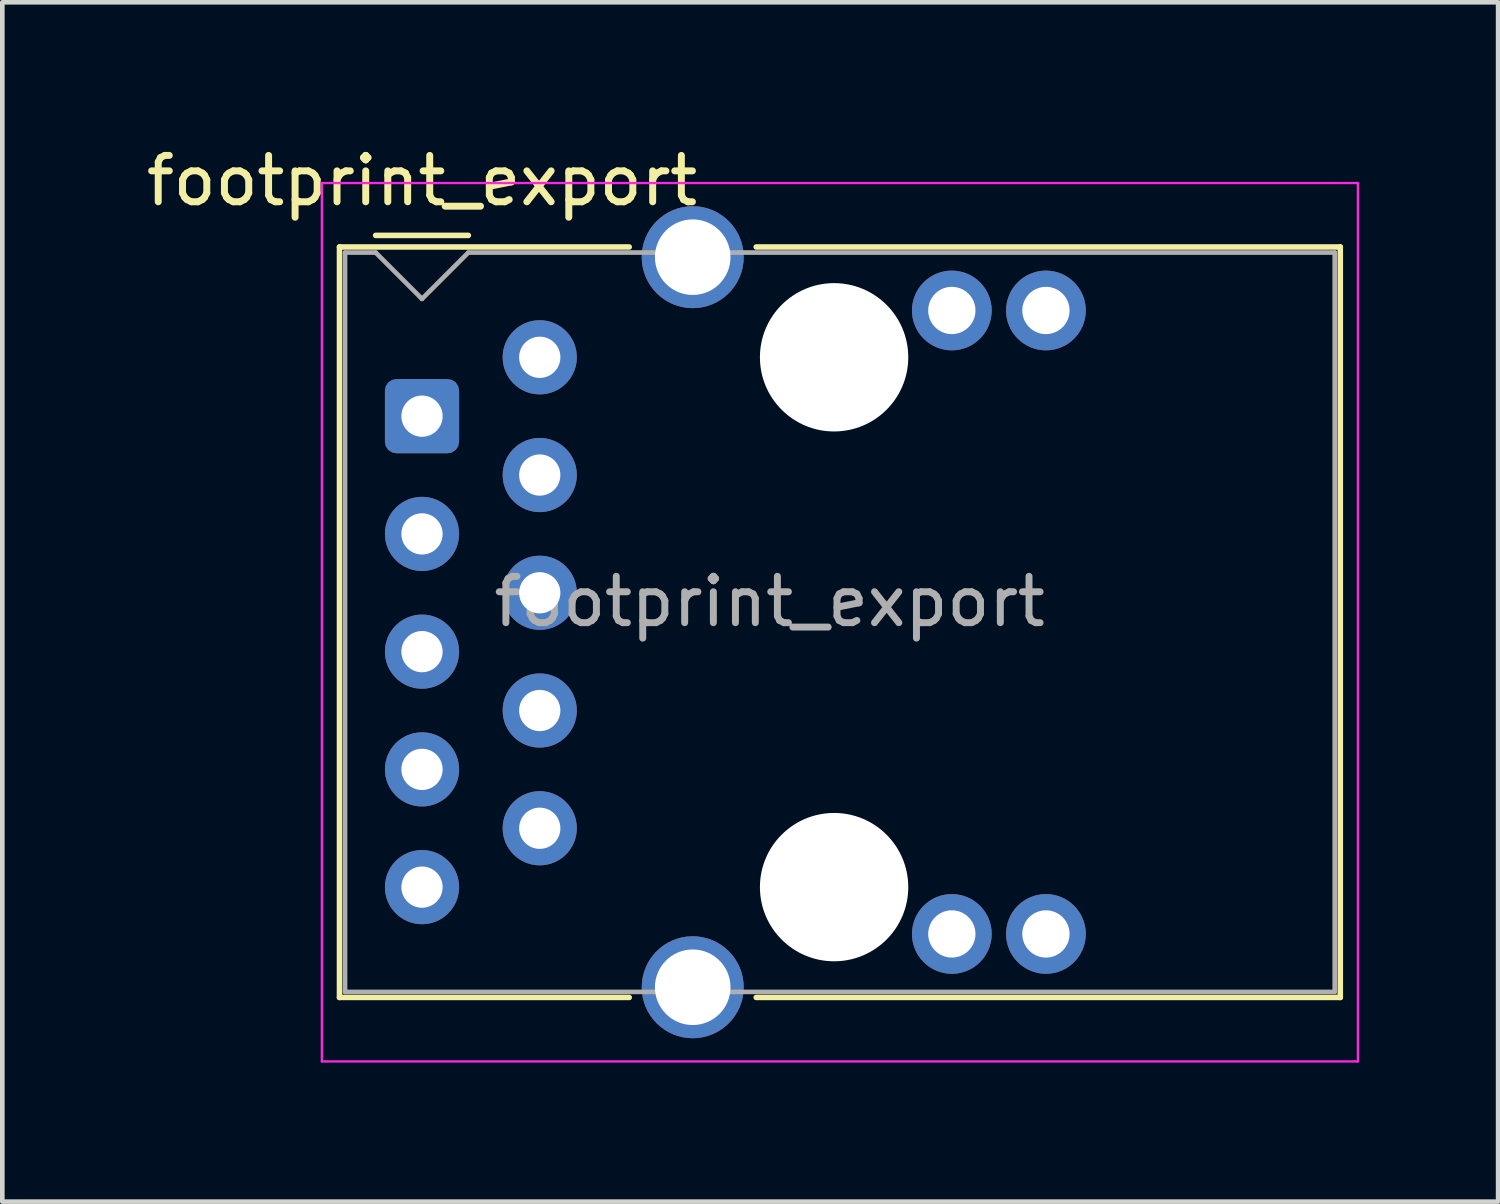
<source format=kicad_pcb>
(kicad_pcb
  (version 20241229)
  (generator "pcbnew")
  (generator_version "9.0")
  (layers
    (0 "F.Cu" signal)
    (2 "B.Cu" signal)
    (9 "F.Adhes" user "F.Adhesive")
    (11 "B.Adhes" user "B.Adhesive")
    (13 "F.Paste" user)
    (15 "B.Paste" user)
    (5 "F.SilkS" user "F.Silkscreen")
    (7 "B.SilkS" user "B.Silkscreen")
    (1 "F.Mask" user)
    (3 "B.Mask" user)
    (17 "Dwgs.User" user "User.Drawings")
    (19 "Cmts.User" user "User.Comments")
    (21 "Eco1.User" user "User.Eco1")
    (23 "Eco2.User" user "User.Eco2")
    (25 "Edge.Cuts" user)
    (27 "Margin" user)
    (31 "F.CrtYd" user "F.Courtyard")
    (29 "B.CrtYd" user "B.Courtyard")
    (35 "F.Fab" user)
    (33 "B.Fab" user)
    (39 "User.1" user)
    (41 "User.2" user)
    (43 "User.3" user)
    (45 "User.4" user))
  (footprint "footprint_export"
    (layer "F.Cu")
    (at 6.054 5.928)
    (property "Reference" "footprint_export" (at 0 -5.08 0) (layer "F.SilkS") (effects (font (size 1 1) (thickness 0.15))))
    (attr through_hole)
    (fp_line (start -1.78 -3.65) (end -1.78 12.54) (stroke (width 0.12) (type solid)) (layer "F.SilkS"))
    (fp_line (start -1.78 12.54) (end 4.47 12.54) (stroke (width 0.12) (type solid)) (layer "F.SilkS"))
    (fp_line (start -1 -3.9) (end 1 -3.9) (stroke (width 0.12) (type solid)) (layer "F.SilkS"))
    (fp_line (start 4.47 -3.65) (end -1.78 -3.65) (stroke (width 0.12) (type solid)) (layer "F.SilkS"))
    (fp_line (start 7.21 12.54) (end 19.81 12.54) (stroke (width 0.12) (type solid)) (layer "F.SilkS"))
    (fp_line (start 19.81 -3.65) (end 7.21 -3.65) (stroke (width 0.12) (type solid)) (layer "F.SilkS"))
    (fp_line (start 19.81 12.54) (end 19.81 -3.65) (stroke (width 0.12) (type solid)) (layer "F.SilkS"))
    (fp_line (start -2.16 -5.03) (end -2.16 13.92) (stroke (width 0.05) (type solid)) (layer "F.CrtYd"))
    (fp_line (start 20.19 -5.03) (end -2.16 -5.03) (stroke (width 0.05) (type solid)) (layer "F.CrtYd"))
    (fp_line (start 20.19 13.92) (end -2.16 13.92) (stroke (width 0.05) (type solid)) (layer "F.CrtYd"))
    (fp_line (start 20.19 13.92) (end 20.19 -5.03) (stroke (width 0.05) (type solid)) (layer "F.CrtYd"))
    (fp_line (start -1.66 -3.53) (end -1.66 12.42) (stroke (width 0.1) (type solid)) (layer "F.Fab"))
    (fp_line (start -1.66 12.42) (end 19.69 12.42) (stroke (width 0.1) (type solid)) (layer "F.Fab"))
    (fp_line (start -1 -3.53) (end -1.66 -3.53) (stroke (width 0.1) (type solid)) (layer "F.Fab"))
    (fp_line (start 0 -2.53) (end -1 -3.53) (stroke (width 0.1) (type solid)) (layer "F.Fab"))
    (fp_line (start 0 -2.53) (end 1 -3.53) (stroke (width 0.1) (type solid)) (layer "F.Fab"))
    (fp_line (start 19.69 -3.53) (end 1 -3.53) (stroke (width 0.1) (type solid)) (layer "F.Fab"))
    (fp_line (start 19.69 12.42) (end 19.69 -3.53) (stroke (width 0.1) (type solid)) (layer "F.Fab"))
    (fp_text user "${REFERENCE}" (at 7.5 4 180) (layer "F.Fab") (effects (font (size 1 1) (thickness 0.15))))
    (pad "" np_thru_hole circle (at 8.89 -1.27 90) (size 3.2 3.2) (drill 3.2) (layers "*.Cu" "*.Mask"))
    (pad "" np_thru_hole circle (at 8.89 10.16 90) (size 3.2 3.2) (drill 3.2) (layers "*.Cu" "*.Mask"))
    (pad "1" thru_hole roundrect (at 0 0 90) (size 1.6 1.6) (drill 0.89) (layers "*.Cu" "*.Mask") (roundrect_rratio 0.155))
    (pad "2" thru_hole circle (at 2.54 1.27 90) (size 1.6 1.6) (drill 0.89) (layers "*.Cu" "*.Mask"))
    (pad "3" thru_hole circle (at 0 2.54 90) (size 1.6 1.6) (drill 0.89) (layers "*.Cu" "*.Mask"))
    (pad "4" thru_hole circle (at 2.54 3.81 90) (size 1.6 1.6) (drill 0.89) (layers "*.Cu" "*.Mask"))
    (pad "5" thru_hole circle (at 0 5.08 90) (size 1.6 1.6) (drill 0.89) (layers "*.Cu" "*.Mask"))
    (pad "6" thru_hole circle (at 2.54 6.35 90) (size 1.6 1.6) (drill 0.89) (layers "*.Cu" "*.Mask"))
    (pad "7" thru_hole circle (at 0 7.62 90) (size 1.6 1.6) (drill 0.89) (layers "*.Cu" "*.Mask"))
    (pad "8" thru_hole circle (at 2.54 8.89 90) (size 1.6 1.6) (drill 0.89) (layers "*.Cu" "*.Mask"))
    (pad "9" thru_hole circle (at 2.54 -1.27 90) (size 1.6 1.6) (drill 0.89) (layers "*.Cu" "*.Mask"))
    (pad "10" thru_hole circle (at 0 10.16 90) (size 1.6 1.6) (drill 0.89) (layers "*.Cu" "*.Mask"))
    (pad "11" thru_hole circle (at 13.46 -2.28 90) (size 1.72 1.72) (drill 1.02) (layers "*.Cu" "*.Mask"))
    (pad "12" thru_hole circle (at 11.43 -2.28 90) (size 1.72 1.72) (drill 1.02) (layers "*.Cu" "*.Mask"))
    (pad "13" thru_hole circle (at 13.46 11.17 90) (size 1.72 1.72) (drill 1.02) (layers "*.Cu" "*.Mask"))
    (pad "14" thru_hole circle (at 11.43 11.17 90) (size 1.72 1.72) (drill 1.02) (layers "*.Cu" "*.Mask"))
    (pad "SH" thru_hole circle (at 5.84 -3.43 90) (size 2.2 2.2) (drill 1.63) (layers "*.Cu" "*.Mask"))
    (pad "SH" thru_hole circle (at 5.84 12.32 90) (size 2.2 2.2) (drill 1.63) (layers "*.Cu" "*.Mask")))
  (gr_rect
    (start -3 -3)
    (end 29.269 22.873)
    (stroke (width 0.1) (type default))
    (fill no)
    (layer "Edge.Cuts")))
</source>
